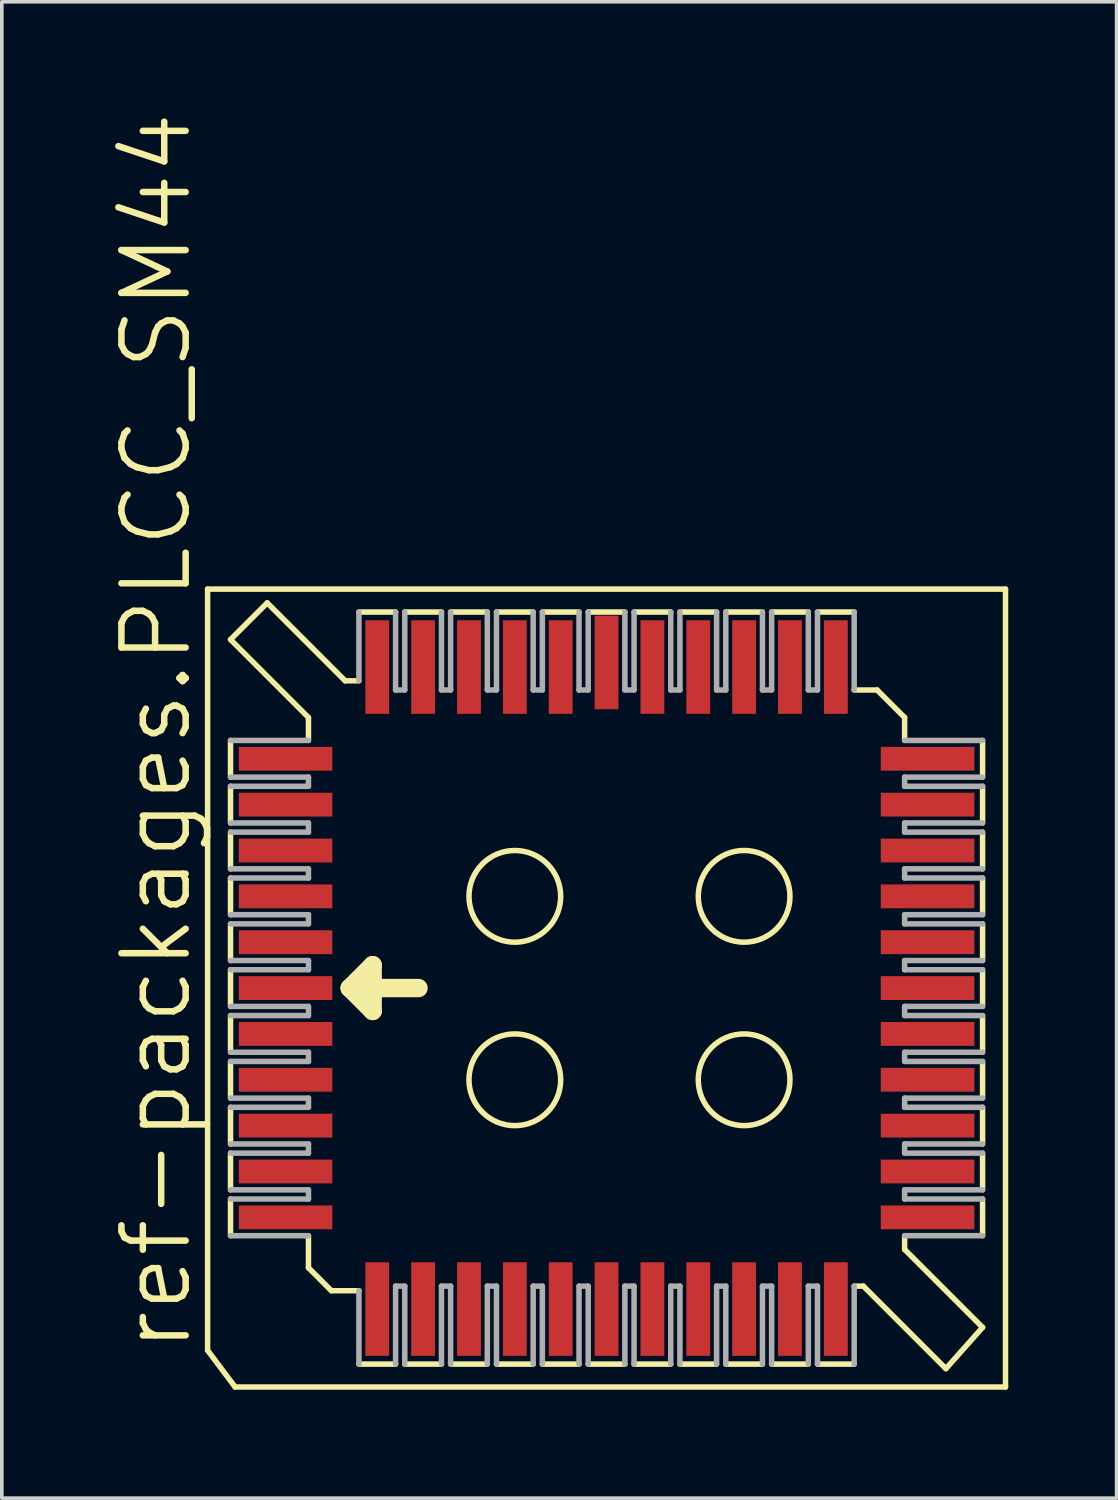
<source format=kicad_pcb>
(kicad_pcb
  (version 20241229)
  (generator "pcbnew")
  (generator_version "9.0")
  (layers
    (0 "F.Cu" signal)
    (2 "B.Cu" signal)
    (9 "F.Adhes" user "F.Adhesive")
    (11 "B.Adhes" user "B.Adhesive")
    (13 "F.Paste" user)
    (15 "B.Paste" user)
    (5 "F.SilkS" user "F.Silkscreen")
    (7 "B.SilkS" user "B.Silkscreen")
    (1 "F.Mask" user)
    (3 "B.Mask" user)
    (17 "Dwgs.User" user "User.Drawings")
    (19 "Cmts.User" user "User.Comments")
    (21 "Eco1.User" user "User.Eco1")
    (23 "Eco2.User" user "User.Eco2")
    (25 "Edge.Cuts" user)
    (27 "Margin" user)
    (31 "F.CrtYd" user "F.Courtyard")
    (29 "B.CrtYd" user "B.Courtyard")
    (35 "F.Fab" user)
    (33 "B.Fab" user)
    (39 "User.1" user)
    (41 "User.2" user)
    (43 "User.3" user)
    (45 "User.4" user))
  (footprint "ref-packages.PLCC_SM44"
    (layer "F.Cu")
    (at 13.748 24.314)
    (property "Reference" "ref-packages.PLCC_SM44" (at -11.43 10.16 90) (layer "F.SilkS") (effects (font (size 1.778 1.778) (thickness 0.18)) (justify left bottom)))
    (attr smd)
    (fp_line (start -11.049 -11.049) (end -11.049 10.033) (stroke (width 0.152) (type default)) (layer "F.SilkS"))
    (fp_line (start -11.049 10.033) (end -10.287 11.049) (stroke (width 0.152) (type default)) (layer "F.SilkS"))
    (fp_line (start -10.414 -9.652) (end -8.255 -7.493) (stroke (width 0.152) (type default)) (layer "F.SilkS"))
    (fp_line (start -10.414 -5.842) (end -10.414 -6.858) (stroke (width 0.152) (type default)) (layer "F.SilkS"))
    (fp_line (start -10.414 -4.572) (end -10.414 -5.588) (stroke (width 0.152) (type default)) (layer "F.SilkS"))
    (fp_line (start -10.414 -4.318) (end -10.414 -3.302) (stroke (width 0.152) (type default)) (layer "F.SilkS"))
    (fp_line (start -10.414 -3.048) (end -10.414 -2.032) (stroke (width 0.152) (type default)) (layer "F.SilkS"))
    (fp_line (start -10.414 -1.778) (end -10.414 -0.762) (stroke (width 0.152) (type default)) (layer "F.SilkS"))
    (fp_line (start -10.414 -0.508) (end -10.414 0.508) (stroke (width 0.152) (type default)) (layer "F.SilkS"))
    (fp_line (start -10.414 0.762) (end -10.414 1.778) (stroke (width 0.152) (type default)) (layer "F.SilkS"))
    (fp_line (start -10.414 2.032) (end -10.414 3.048) (stroke (width 0.152) (type default)) (layer "F.SilkS"))
    (fp_line (start -10.414 3.302) (end -10.414 4.318) (stroke (width 0.152) (type default)) (layer "F.SilkS"))
    (fp_line (start -10.414 4.572) (end -10.414 5.588) (stroke (width 0.152) (type default)) (layer "F.SilkS"))
    (fp_line (start -10.414 5.842) (end -10.414 6.858) (stroke (width 0.152) (type default)) (layer "F.SilkS"))
    (fp_line (start -10.287 11.049) (end 11.049 11.049) (stroke (width 0.152) (type default)) (layer "F.SilkS"))
    (fp_line (start -9.398 -10.668) (end -10.414 -9.652) (stroke (width 0.152) (type default)) (layer "F.SilkS"))
    (fp_line (start -9.398 -10.668) (end -7.239 -8.509) (stroke (width 0.152) (type default)) (layer "F.SilkS"))
    (fp_line (start -8.255 -6.858) (end -8.255 -7.493) (stroke (width 0.152) (type default)) (layer "F.SilkS"))
    (fp_line (start -8.255 6.858) (end -8.255 7.747) (stroke (width 0.152) (type default)) (layer "F.SilkS"))
    (fp_line (start -8.255 7.747) (end -7.62 8.382) (stroke (width 0.152) (type default)) (layer "F.SilkS"))
    (fp_line (start -7.239 -8.509) (end -6.858 -8.509) (stroke (width 0.152) (type default)) (layer "F.SilkS"))
    (fp_line (start -7.112 0) (end -6.477 -0.635) (stroke (width 0.508) (type default)) (layer "F.SilkS"))
    (fp_line (start -7.112 0) (end -5.207 0) (stroke (width 0.508) (type default)) (layer "F.SilkS"))
    (fp_line (start -6.858 -10.414) (end -5.842 -10.414) (stroke (width 0.152) (type default)) (layer "F.SilkS"))
    (fp_line (start -6.858 8.382) (end -7.62 8.382) (stroke (width 0.152) (type default)) (layer "F.SilkS"))
    (fp_line (start -6.477 -0.635) (end -6.477 0.635) (stroke (width 0.508) (type default)) (layer "F.SilkS"))
    (fp_line (start -6.477 0.635) (end -7.112 0) (stroke (width 0.508) (type default)) (layer "F.SilkS"))
    (fp_line (start -5.842 10.414) (end -6.858 10.414) (stroke (width 0.152) (type default)) (layer "F.SilkS"))
    (fp_line (start -5.588 -10.414) (end -4.572 -10.414) (stroke (width 0.152) (type default)) (layer "F.SilkS"))
    (fp_line (start -4.572 10.414) (end -5.588 10.414) (stroke (width 0.152) (type default)) (layer "F.SilkS"))
    (fp_line (start -4.318 -10.414) (end -3.302 -10.414) (stroke (width 0.152) (type default)) (layer "F.SilkS"))
    (fp_line (start -3.302 10.414) (end -4.318 10.414) (stroke (width 0.152) (type default)) (layer "F.SilkS"))
    (fp_line (start -3.048 -10.414) (end -2.032 -10.414) (stroke (width 0.152) (type default)) (layer "F.SilkS"))
    (fp_line (start -2.032 10.414) (end -3.048 10.414) (stroke (width 0.152) (type default)) (layer "F.SilkS"))
    (fp_line (start -1.778 -10.414) (end -0.762 -10.414) (stroke (width 0.152) (type default)) (layer "F.SilkS"))
    (fp_line (start -0.762 10.414) (end -1.778 10.414) (stroke (width 0.152) (type default)) (layer "F.SilkS"))
    (fp_line (start -0.508 -10.414) (end 0.508 -10.414) (stroke (width 0.152) (type default)) (layer "F.SilkS"))
    (fp_line (start 0.508 10.414) (end -0.508 10.414) (stroke (width 0.152) (type default)) (layer "F.SilkS"))
    (fp_line (start 0.762 -10.414) (end 1.778 -10.414) (stroke (width 0.152) (type default)) (layer "F.SilkS"))
    (fp_line (start 1.778 10.414) (end 0.762 10.414) (stroke (width 0.152) (type default)) (layer "F.SilkS"))
    (fp_line (start 2.032 -10.414) (end 3.048 -10.414) (stroke (width 0.152) (type default)) (layer "F.SilkS"))
    (fp_line (start 3.048 10.414) (end 2.032 10.414) (stroke (width 0.152) (type default)) (layer "F.SilkS"))
    (fp_line (start 3.302 -10.414) (end 4.318 -10.414) (stroke (width 0.152) (type default)) (layer "F.SilkS"))
    (fp_line (start 4.318 10.414) (end 3.302 10.414) (stroke (width 0.152) (type default)) (layer "F.SilkS"))
    (fp_line (start 4.572 -10.414) (end 5.588 -10.414) (stroke (width 0.152) (type default)) (layer "F.SilkS"))
    (fp_line (start 4.572 10.414) (end 5.588 10.414) (stroke (width 0.152) (type default)) (layer "F.SilkS"))
    (fp_line (start 5.842 -10.414) (end 6.858 -10.414) (stroke (width 0.152) (type default)) (layer "F.SilkS"))
    (fp_line (start 5.842 10.414) (end 6.858 10.414) (stroke (width 0.152) (type default)) (layer "F.SilkS"))
    (fp_line (start 6.858 -8.255) (end 7.493 -8.255) (stroke (width 0.152) (type default)) (layer "F.SilkS"))
    (fp_line (start 6.858 8.255) (end 7.112 8.255) (stroke (width 0.152) (type default)) (layer "F.SilkS"))
    (fp_line (start 7.493 -8.255) (end 8.255 -7.493) (stroke (width 0.152) (type default)) (layer "F.SilkS"))
    (fp_line (start 8.255 -6.858) (end 8.255 -7.493) (stroke (width 0.152) (type default)) (layer "F.SilkS"))
    (fp_line (start 8.255 6.858) (end 8.255 7.239) (stroke (width 0.152) (type default)) (layer "F.SilkS"))
    (fp_line (start 9.398 10.541) (end 7.112 8.255) (stroke (width 0.152) (type default)) (layer "F.SilkS"))
    (fp_line (start 10.414 -6.858) (end 10.414 -5.842) (stroke (width 0.152) (type default)) (layer "F.SilkS"))
    (fp_line (start 10.414 -5.588) (end 10.414 -4.572) (stroke (width 0.152) (type default)) (layer "F.SilkS"))
    (fp_line (start 10.414 -3.302) (end 10.414 -4.318) (stroke (width 0.152) (type default)) (layer "F.SilkS"))
    (fp_line (start 10.414 -2.032) (end 10.414 -3.048) (stroke (width 0.152) (type default)) (layer "F.SilkS"))
    (fp_line (start 10.414 -0.762) (end 10.414 -1.778) (stroke (width 0.152) (type default)) (layer "F.SilkS"))
    (fp_line (start 10.414 0.508) (end 10.414 -0.508) (stroke (width 0.152) (type default)) (layer "F.SilkS"))
    (fp_line (start 10.414 1.778) (end 10.414 0.762) (stroke (width 0.152) (type default)) (layer "F.SilkS"))
    (fp_line (start 10.414 3.048) (end 10.414 2.032) (stroke (width 0.152) (type default)) (layer "F.SilkS"))
    (fp_line (start 10.414 4.318) (end 10.414 3.302) (stroke (width 0.152) (type default)) (layer "F.SilkS"))
    (fp_line (start 10.414 4.572) (end 10.414 5.588) (stroke (width 0.152) (type default)) (layer "F.SilkS"))
    (fp_line (start 10.414 5.842) (end 10.414 6.858) (stroke (width 0.152) (type default)) (layer "F.SilkS"))
    (fp_line (start 10.414 9.398) (end 8.255 7.239) (stroke (width 0.152) (type default)) (layer "F.SilkS"))
    (fp_line (start 10.414 9.398) (end 9.398 10.541) (stroke (width 0.152) (type default)) (layer "F.SilkS"))
    (fp_line (start 11.049 -11.049) (end -11.049 -11.049) (stroke (width 0.152) (type default)) (layer "F.SilkS"))
    (fp_line (start 11.049 -11.049) (end 11.049 11.049) (stroke (width 0.152) (type default)) (layer "F.SilkS"))
    (fp_circle (center -2.54 -2.54) (end -1.27 -2.54) (stroke (width 0.152) (type default)) (fill no) (layer "F.SilkS"))
    (fp_circle (center -2.54 2.54) (end -1.27 2.54) (stroke (width 0.152) (type default)) (fill no) (layer "F.SilkS"))
    (fp_circle (center 3.81 -2.54) (end 5.08 -2.54) (stroke (width 0.152) (type default)) (fill no) (layer "F.SilkS"))
    (fp_circle (center 3.81 2.54) (end 5.08 2.54) (stroke (width 0.152) (type default)) (fill no) (layer "F.SilkS"))
    (fp_line (start -10.414 -6.858) (end -8.255 -6.858) (stroke (width 0.152) (type default)) (layer "F.Fab"))
    (fp_line (start -10.414 -5.842) (end -8.255 -5.842) (stroke (width 0.152) (type default)) (layer "F.Fab"))
    (fp_line (start -10.414 -5.588) (end -8.255 -5.588) (stroke (width 0.152) (type default)) (layer "F.Fab"))
    (fp_line (start -10.414 -4.572) (end -8.255 -4.572) (stroke (width 0.152) (type default)) (layer "F.Fab"))
    (fp_line (start -10.414 -4.318) (end -8.255 -4.318) (stroke (width 0.152) (type default)) (layer "F.Fab"))
    (fp_line (start -10.414 -3.048) (end -8.255 -3.048) (stroke (width 0.152) (type default)) (layer "F.Fab"))
    (fp_line (start -10.414 -1.778) (end -8.255 -1.778) (stroke (width 0.152) (type default)) (layer "F.Fab"))
    (fp_line (start -10.414 -0.508) (end -8.255 -0.508) (stroke (width 0.152) (type default)) (layer "F.Fab"))
    (fp_line (start -10.414 0.762) (end -8.255 0.762) (stroke (width 0.152) (type default)) (layer "F.Fab"))
    (fp_line (start -10.414 2.032) (end -8.255 2.032) (stroke (width 0.152) (type default)) (layer "F.Fab"))
    (fp_line (start -10.414 3.302) (end -8.255 3.302) (stroke (width 0.152) (type default)) (layer "F.Fab"))
    (fp_line (start -10.414 4.572) (end -8.255 4.572) (stroke (width 0.152) (type default)) (layer "F.Fab"))
    (fp_line (start -10.414 6.858) (end -8.255 6.858) (stroke (width 0.152) (type default)) (layer "F.Fab"))
    (fp_line (start -8.255 -5.588) (end -8.255 -5.842) (stroke (width 0.152) (type default)) (layer "F.Fab"))
    (fp_line (start -8.255 -4.318) (end -8.255 -4.572) (stroke (width 0.152) (type default)) (layer "F.Fab"))
    (fp_line (start -8.255 -3.302) (end -10.414 -3.302) (stroke (width 0.152) (type default)) (layer "F.Fab"))
    (fp_line (start -8.255 -3.302) (end -8.255 -3.048) (stroke (width 0.152) (type default)) (layer "F.Fab"))
    (fp_line (start -8.255 -2.032) (end -10.414 -2.032) (stroke (width 0.152) (type default)) (layer "F.Fab"))
    (fp_line (start -8.255 -2.032) (end -8.255 -1.778) (stroke (width 0.152) (type default)) (layer "F.Fab"))
    (fp_line (start -8.255 -0.762) (end -10.414 -0.762) (stroke (width 0.152) (type default)) (layer "F.Fab"))
    (fp_line (start -8.255 -0.762) (end -8.255 -0.508) (stroke (width 0.152) (type default)) (layer "F.Fab"))
    (fp_line (start -8.255 0.508) (end -10.414 0.508) (stroke (width 0.152) (type default)) (layer "F.Fab"))
    (fp_line (start -8.255 0.508) (end -8.255 0.762) (stroke (width 0.152) (type default)) (layer "F.Fab"))
    (fp_line (start -8.255 1.778) (end -10.414 1.778) (stroke (width 0.152) (type default)) (layer "F.Fab"))
    (fp_line (start -8.255 1.778) (end -8.255 2.032) (stroke (width 0.152) (type default)) (layer "F.Fab"))
    (fp_line (start -8.255 3.048) (end -10.414 3.048) (stroke (width 0.152) (type default)) (layer "F.Fab"))
    (fp_line (start -8.255 3.048) (end -8.255 3.302) (stroke (width 0.152) (type default)) (layer "F.Fab"))
    (fp_line (start -8.255 4.318) (end -10.414 4.318) (stroke (width 0.152) (type default)) (layer "F.Fab"))
    (fp_line (start -8.255 4.318) (end -8.255 4.572) (stroke (width 0.152) (type default)) (layer "F.Fab"))
    (fp_line (start -8.255 5.588) (end -10.414 5.588) (stroke (width 0.152) (type default)) (layer "F.Fab"))
    (fp_line (start -8.255 5.588) (end -8.255 5.842) (stroke (width 0.152) (type default)) (layer "F.Fab"))
    (fp_line (start -8.255 5.842) (end -10.414 5.842) (stroke (width 0.152) (type default)) (layer "F.Fab"))
    (fp_line (start -6.858 -8.509) (end -6.858 -10.414) (stroke (width 0.152) (type default)) (layer "F.Fab"))
    (fp_line (start -6.858 8.382) (end -6.858 10.414) (stroke (width 0.152) (type default)) (layer "F.Fab"))
    (fp_line (start -5.842 -8.255) (end -5.842 -10.414) (stroke (width 0.152) (type default)) (layer "F.Fab"))
    (fp_line (start -5.842 -8.255) (end -5.588 -8.255) (stroke (width 0.152) (type default)) (layer "F.Fab"))
    (fp_line (start -5.842 10.414) (end -5.842 8.255) (stroke (width 0.152) (type default)) (layer "F.Fab"))
    (fp_line (start -5.588 -10.414) (end -5.588 -8.255) (stroke (width 0.152) (type default)) (layer "F.Fab"))
    (fp_line (start -5.588 8.255) (end -5.842 8.255) (stroke (width 0.152) (type default)) (layer "F.Fab"))
    (fp_line (start -5.588 8.255) (end -5.588 10.414) (stroke (width 0.152) (type default)) (layer "F.Fab"))
    (fp_line (start -4.572 -8.255) (end -4.572 -10.414) (stroke (width 0.152) (type default)) (layer "F.Fab"))
    (fp_line (start -4.572 -8.255) (end -4.318 -8.255) (stroke (width 0.152) (type default)) (layer "F.Fab"))
    (fp_line (start -4.572 10.414) (end -4.572 8.255) (stroke (width 0.152) (type default)) (layer "F.Fab"))
    (fp_line (start -4.318 -10.414) (end -4.318 -8.255) (stroke (width 0.152) (type default)) (layer "F.Fab"))
    (fp_line (start -4.318 8.255) (end -4.572 8.255) (stroke (width 0.152) (type default)) (layer "F.Fab"))
    (fp_line (start -4.318 8.255) (end -4.318 10.414) (stroke (width 0.152) (type default)) (layer "F.Fab"))
    (fp_line (start -3.302 -8.255) (end -3.302 -10.414) (stroke (width 0.152) (type default)) (layer "F.Fab"))
    (fp_line (start -3.302 -8.255) (end -3.048 -8.255) (stroke (width 0.152) (type default)) (layer "F.Fab"))
    (fp_line (start -3.302 10.414) (end -3.302 8.255) (stroke (width 0.152) (type default)) (layer "F.Fab"))
    (fp_line (start -3.048 -10.414) (end -3.048 -8.255) (stroke (width 0.152) (type default)) (layer "F.Fab"))
    (fp_line (start -3.048 8.255) (end -3.302 8.255) (stroke (width 0.152) (type default)) (layer "F.Fab"))
    (fp_line (start -3.048 8.255) (end -3.048 10.414) (stroke (width 0.152) (type default)) (layer "F.Fab"))
    (fp_line (start -2.032 -8.255) (end -2.032 -10.414) (stroke (width 0.152) (type default)) (layer "F.Fab"))
    (fp_line (start -2.032 -8.255) (end -1.778 -8.255) (stroke (width 0.152) (type default)) (layer "F.Fab"))
    (fp_line (start -2.032 10.414) (end -2.032 8.255) (stroke (width 0.152) (type default)) (layer "F.Fab"))
    (fp_line (start -1.778 -10.414) (end -1.778 -8.255) (stroke (width 0.152) (type default)) (layer "F.Fab"))
    (fp_line (start -1.778 8.255) (end -2.032 8.255) (stroke (width 0.152) (type default)) (layer "F.Fab"))
    (fp_line (start -1.778 8.255) (end -1.778 10.414) (stroke (width 0.152) (type default)) (layer "F.Fab"))
    (fp_line (start -0.762 -8.255) (end -0.762 -10.414) (stroke (width 0.152) (type default)) (layer "F.Fab"))
    (fp_line (start -0.762 -8.255) (end -0.508 -8.255) (stroke (width 0.152) (type default)) (layer "F.Fab"))
    (fp_line (start -0.762 10.414) (end -0.762 8.255) (stroke (width 0.152) (type default)) (layer "F.Fab"))
    (fp_line (start -0.508 -10.414) (end -0.508 -8.255) (stroke (width 0.152) (type default)) (layer "F.Fab"))
    (fp_line (start -0.508 8.255) (end -0.762 8.255) (stroke (width 0.152) (type default)) (layer "F.Fab"))
    (fp_line (start -0.508 8.255) (end -0.508 10.414) (stroke (width 0.152) (type default)) (layer "F.Fab"))
    (fp_line (start 0.508 -8.255) (end 0.508 -10.414) (stroke (width 0.152) (type default)) (layer "F.Fab"))
    (fp_line (start 0.508 -8.255) (end 0.762 -8.255) (stroke (width 0.152) (type default)) (layer "F.Fab"))
    (fp_line (start 0.508 10.414) (end 0.508 8.255) (stroke (width 0.152) (type default)) (layer "F.Fab"))
    (fp_line (start 0.762 -10.414) (end 0.762 -8.255) (stroke (width 0.152) (type default)) (layer "F.Fab"))
    (fp_line (start 0.762 8.255) (end 0.508 8.255) (stroke (width 0.152) (type default)) (layer "F.Fab"))
    (fp_line (start 0.762 8.255) (end 0.762 10.414) (stroke (width 0.152) (type default)) (layer "F.Fab"))
    (fp_line (start 1.778 -8.255) (end 1.778 -10.414) (stroke (width 0.152) (type default)) (layer "F.Fab"))
    (fp_line (start 1.778 -8.255) (end 2.032 -8.255) (stroke (width 0.152) (type default)) (layer "F.Fab"))
    (fp_line (start 1.778 10.414) (end 1.778 8.255) (stroke (width 0.152) (type default)) (layer "F.Fab"))
    (fp_line (start 2.032 -10.414) (end 2.032 -8.255) (stroke (width 0.152) (type default)) (layer "F.Fab"))
    (fp_line (start 2.032 8.255) (end 1.778 8.255) (stroke (width 0.152) (type default)) (layer "F.Fab"))
    (fp_line (start 2.032 10.414) (end 2.032 8.255) (stroke (width 0.152) (type default)) (layer "F.Fab"))
    (fp_line (start 3.048 -8.255) (end 3.048 -10.414) (stroke (width 0.152) (type default)) (layer "F.Fab"))
    (fp_line (start 3.048 -8.255) (end 3.302 -8.255) (stroke (width 0.152) (type default)) (layer "F.Fab"))
    (fp_line (start 3.048 10.414) (end 3.048 8.255) (stroke (width 0.152) (type default)) (layer "F.Fab"))
    (fp_line (start 3.302 -10.414) (end 3.302 -8.255) (stroke (width 0.152) (type default)) (layer "F.Fab"))
    (fp_line (start 3.302 8.255) (end 3.048 8.255) (stroke (width 0.152) (type default)) (layer "F.Fab"))
    (fp_line (start 3.302 8.255) (end 3.302 10.414) (stroke (width 0.152) (type default)) (layer "F.Fab"))
    (fp_line (start 4.318 -8.255) (end 4.318 -10.414) (stroke (width 0.152) (type default)) (layer "F.Fab"))
    (fp_line (start 4.318 -8.255) (end 4.572 -8.255) (stroke (width 0.152) (type default)) (layer "F.Fab"))
    (fp_line (start 4.318 8.255) (end 4.572 8.255) (stroke (width 0.152) (type default)) (layer "F.Fab"))
    (fp_line (start 4.318 10.414) (end 4.318 8.255) (stroke (width 0.152) (type default)) (layer "F.Fab"))
    (fp_line (start 4.572 -10.414) (end 4.572 -8.255) (stroke (width 0.152) (type default)) (layer "F.Fab"))
    (fp_line (start 4.572 10.414) (end 4.572 8.255) (stroke (width 0.152) (type default)) (layer "F.Fab"))
    (fp_line (start 5.588 -8.255) (end 5.588 -10.414) (stroke (width 0.152) (type default)) (layer "F.Fab"))
    (fp_line (start 5.588 -8.255) (end 5.842 -8.255) (stroke (width 0.152) (type default)) (layer "F.Fab"))
    (fp_line (start 5.588 8.255) (end 5.842 8.255) (stroke (width 0.152) (type default)) (layer "F.Fab"))
    (fp_line (start 5.588 10.414) (end 5.588 8.255) (stroke (width 0.152) (type default)) (layer "F.Fab"))
    (fp_line (start 5.842 -8.255) (end 5.842 -10.414) (stroke (width 0.152) (type default)) (layer "F.Fab"))
    (fp_line (start 5.842 10.414) (end 5.842 8.255) (stroke (width 0.152) (type default)) (layer "F.Fab"))
    (fp_line (start 6.858 -8.255) (end 6.858 -10.414) (stroke (width 0.152) (type default)) (layer "F.Fab"))
    (fp_line (start 6.858 10.414) (end 6.858 8.255) (stroke (width 0.152) (type default)) (layer "F.Fab"))
    (fp_line (start 8.255 -5.842) (end 8.255 -5.588) (stroke (width 0.152) (type default)) (layer "F.Fab"))
    (fp_line (start 8.255 -5.842) (end 10.414 -5.842) (stroke (width 0.152) (type default)) (layer "F.Fab"))
    (fp_line (start 8.255 -4.572) (end 10.414 -4.572) (stroke (width 0.152) (type default)) (layer "F.Fab"))
    (fp_line (start 8.255 -4.318) (end 8.255 -4.572) (stroke (width 0.152) (type default)) (layer "F.Fab"))
    (fp_line (start 8.255 -4.318) (end 10.414 -4.318) (stroke (width 0.152) (type default)) (layer "F.Fab"))
    (fp_line (start 8.255 -3.048) (end 8.255 -3.302) (stroke (width 0.152) (type default)) (layer "F.Fab"))
    (fp_line (start 8.255 -3.048) (end 10.414 -3.048) (stroke (width 0.152) (type default)) (layer "F.Fab"))
    (fp_line (start 8.255 -1.778) (end 8.255 -2.032) (stroke (width 0.152) (type default)) (layer "F.Fab"))
    (fp_line (start 8.255 -1.778) (end 10.414 -1.778) (stroke (width 0.152) (type default)) (layer "F.Fab"))
    (fp_line (start 8.255 -0.508) (end 8.255 -0.762) (stroke (width 0.152) (type default)) (layer "F.Fab"))
    (fp_line (start 8.255 -0.508) (end 10.414 -0.508) (stroke (width 0.152) (type default)) (layer "F.Fab"))
    (fp_line (start 8.255 0.762) (end 8.255 0.508) (stroke (width 0.152) (type default)) (layer "F.Fab"))
    (fp_line (start 8.255 0.762) (end 10.414 0.762) (stroke (width 0.152) (type default)) (layer "F.Fab"))
    (fp_line (start 8.255 2.032) (end 8.255 1.778) (stroke (width 0.152) (type default)) (layer "F.Fab"))
    (fp_line (start 8.255 2.032) (end 10.414 2.032) (stroke (width 0.152) (type default)) (layer "F.Fab"))
    (fp_line (start 8.255 3.302) (end 8.255 3.048) (stroke (width 0.152) (type default)) (layer "F.Fab"))
    (fp_line (start 8.255 3.302) (end 10.414 3.302) (stroke (width 0.152) (type default)) (layer "F.Fab"))
    (fp_line (start 8.255 4.318) (end 8.255 4.572) (stroke (width 0.152) (type default)) (layer "F.Fab"))
    (fp_line (start 8.255 5.588) (end 8.255 5.842) (stroke (width 0.152) (type default)) (layer "F.Fab"))
    (fp_line (start 8.255 5.588) (end 10.414 5.588) (stroke (width 0.152) (type default)) (layer "F.Fab"))
    (fp_line (start 8.255 5.842) (end 10.414 5.842) (stroke (width 0.152) (type default)) (layer "F.Fab"))
    (fp_line (start 10.414 -6.858) (end 8.255 -6.858) (stroke (width 0.152) (type default)) (layer "F.Fab"))
    (fp_line (start 10.414 -5.588) (end 8.255 -5.588) (stroke (width 0.152) (type default)) (layer "F.Fab"))
    (fp_line (start 10.414 -3.302) (end 8.255 -3.302) (stroke (width 0.152) (type default)) (layer "F.Fab"))
    (fp_line (start 10.414 -2.032) (end 8.255 -2.032) (stroke (width 0.152) (type default)) (layer "F.Fab"))
    (fp_line (start 10.414 -0.762) (end 8.255 -0.762) (stroke (width 0.152) (type default)) (layer "F.Fab"))
    (fp_line (start 10.414 0.508) (end 8.255 0.508) (stroke (width 0.152) (type default)) (layer "F.Fab"))
    (fp_line (start 10.414 1.778) (end 8.255 1.778) (stroke (width 0.152) (type default)) (layer "F.Fab"))
    (fp_line (start 10.414 3.048) (end 8.255 3.048) (stroke (width 0.152) (type default)) (layer "F.Fab"))
    (fp_line (start 10.414 4.318) (end 8.255 4.318) (stroke (width 0.152) (type default)) (layer "F.Fab"))
    (fp_line (start 10.414 4.572) (end 8.255 4.572) (stroke (width 0.152) (type default)) (layer "F.Fab"))
    (fp_line (start 10.414 6.858) (end 8.255 6.858) (stroke (width 0.152) (type default)) (layer "F.Fab"))
    (pad "1" smd roundrect (at -8.89 0) (size 2.591 0.66) (layers "F.Cu" "F.Mask" "F.Paste") (roundrect_rratio 0.01))
    (pad "2" smd roundrect (at -8.89 1.27) (size 2.591 0.66) (layers "F.Cu" "F.Mask" "F.Paste") (roundrect_rratio 0.01))
    (pad "3" smd roundrect (at -8.89 2.54) (size 2.591 0.66) (layers "F.Cu" "F.Mask" "F.Paste") (roundrect_rratio 0.01))
    (pad "4" smd roundrect (at -8.89 3.81) (size 2.591 0.66) (layers "F.Cu" "F.Mask" "F.Paste") (roundrect_rratio 0.01))
    (pad "5" smd roundrect (at -8.89 5.08) (size 2.591 0.66) (layers "F.Cu" "F.Mask" "F.Paste") (roundrect_rratio 0.01))
    (pad "6" smd roundrect (at -8.89 6.35) (size 2.591 0.66) (layers "F.Cu" "F.Mask" "F.Paste") (roundrect_rratio 0.01))
    (pad "7" smd roundrect (at -6.35 8.89) (size 0.66 2.591) (layers "F.Cu" "F.Mask" "F.Paste") (roundrect_rratio 0.01))
    (pad "8" smd roundrect (at -5.08 8.89) (size 0.66 2.591) (layers "F.Cu" "F.Mask" "F.Paste") (roundrect_rratio 0.01))
    (pad "9" smd roundrect (at -3.81 8.89) (size 0.66 2.591) (layers "F.Cu" "F.Mask" "F.Paste") (roundrect_rratio 0.01))
    (pad "10" smd roundrect (at -2.54 8.89) (size 0.66 2.591) (layers "F.Cu" "F.Mask" "F.Paste") (roundrect_rratio 0.01))
    (pad "11" smd roundrect (at -1.27 8.89) (size 0.66 2.591) (layers "F.Cu" "F.Mask" "F.Paste") (roundrect_rratio 0.01))
    (pad "12" smd roundrect (at 0 8.89) (size 0.66 2.591) (layers "F.Cu" "F.Mask" "F.Paste") (roundrect_rratio 0.01))
    (pad "13" smd roundrect (at 1.27 8.89) (size 0.66 2.591) (layers "F.Cu" "F.Mask" "F.Paste") (roundrect_rratio 0.01))
    (pad "14" smd roundrect (at 2.54 8.89) (size 0.66 2.591) (layers "F.Cu" "F.Mask" "F.Paste") (roundrect_rratio 0.01))
    (pad "15" smd roundrect (at 3.81 8.89) (size 0.66 2.591) (layers "F.Cu" "F.Mask" "F.Paste") (roundrect_rratio 0.01))
    (pad "16" smd roundrect (at 5.08 8.89) (size 0.66 2.591) (layers "F.Cu" "F.Mask" "F.Paste") (roundrect_rratio 0.01))
    (pad "17" smd roundrect (at 6.35 8.89) (size 0.66 2.591) (layers "F.Cu" "F.Mask" "F.Paste") (roundrect_rratio 0.01))
    (pad "18" smd roundrect (at 8.89 6.35) (size 2.591 0.66) (layers "F.Cu" "F.Mask" "F.Paste") (roundrect_rratio 0.01))
    (pad "19" smd roundrect (at 8.89 5.08) (size 2.591 0.66) (layers "F.Cu" "F.Mask" "F.Paste") (roundrect_rratio 0.01))
    (pad "20" smd roundrect (at 8.89 3.81) (size 2.591 0.66) (layers "F.Cu" "F.Mask" "F.Paste") (roundrect_rratio 0.01))
    (pad "21" smd roundrect (at 8.89 2.54) (size 2.591 0.66) (layers "F.Cu" "F.Mask" "F.Paste") (roundrect_rratio 0.01))
    (pad "22" smd roundrect (at 8.89 1.27) (size 2.591 0.66) (layers "F.Cu" "F.Mask" "F.Paste") (roundrect_rratio 0.01))
    (pad "23" smd roundrect (at 8.89 0) (size 2.591 0.66) (layers "F.Cu" "F.Mask" "F.Paste") (roundrect_rratio 0.01))
    (pad "24" smd roundrect (at 8.89 -1.27) (size 2.591 0.66) (layers "F.Cu" "F.Mask" "F.Paste") (roundrect_rratio 0.01))
    (pad "25" smd roundrect (at 8.89 -2.54) (size 2.591 0.66) (layers "F.Cu" "F.Mask" "F.Paste") (roundrect_rratio 0.01))
    (pad "26" smd roundrect (at 8.89 -3.81) (size 2.591 0.66) (layers "F.Cu" "F.Mask" "F.Paste") (roundrect_rratio 0.01))
    (pad "27" smd roundrect (at 8.89 -5.08) (size 2.591 0.66) (layers "F.Cu" "F.Mask" "F.Paste") (roundrect_rratio 0.01))
    (pad "28" smd roundrect (at 8.89 -6.35) (size 2.591 0.66) (layers "F.Cu" "F.Mask" "F.Paste") (roundrect_rratio 0.01))
    (pad "29" smd roundrect (at 6.35 -8.89) (size 0.66 2.591) (layers "F.Cu" "F.Mask" "F.Paste") (roundrect_rratio 0.01))
    (pad "30" smd roundrect (at 5.08 -8.89) (size 0.66 2.591) (layers "F.Cu" "F.Mask" "F.Paste") (roundrect_rratio 0.01))
    (pad "31" smd roundrect (at 3.81 -8.89) (size 0.66 2.591) (layers "F.Cu" "F.Mask" "F.Paste") (roundrect_rratio 0.01))
    (pad "32" smd roundrect (at 2.54 -8.89) (size 0.66 2.591) (layers "F.Cu" "F.Mask" "F.Paste") (roundrect_rratio 0.01))
    (pad "33" smd roundrect (at 1.27 -8.89) (size 0.66 2.591) (layers "F.Cu" "F.Mask" "F.Paste") (roundrect_rratio 0.01))
    (pad "34" smd roundrect (at 0 -9.017) (size 0.66 2.591) (layers "F.Cu" "F.Mask" "F.Paste") (roundrect_rratio 0.01))
    (pad "35" smd roundrect (at -1.27 -8.89) (size 0.66 2.591) (layers "F.Cu" "F.Mask" "F.Paste") (roundrect_rratio 0.01))
    (pad "36" smd roundrect (at -2.54 -8.89) (size 0.66 2.591) (layers "F.Cu" "F.Mask" "F.Paste") (roundrect_rratio 0.01))
    (pad "37" smd roundrect (at -3.81 -8.89) (size 0.66 2.591) (layers "F.Cu" "F.Mask" "F.Paste") (roundrect_rratio 0.01))
    (pad "38" smd roundrect (at -5.08 -8.89) (size 0.66 2.591) (layers "F.Cu" "F.Mask" "F.Paste") (roundrect_rratio 0.01))
    (pad "39" smd roundrect (at -6.35 -8.89) (size 0.66 2.591) (layers "F.Cu" "F.Mask" "F.Paste") (roundrect_rratio 0.01))
    (pad "40" smd roundrect (at -8.89 -6.35) (size 2.591 0.66) (layers "F.Cu" "F.Mask" "F.Paste") (roundrect_rratio 0.01))
    (pad "41" smd roundrect (at -8.89 -5.08) (size 2.591 0.66) (layers "F.Cu" "F.Mask" "F.Paste") (roundrect_rratio 0.01))
    (pad "42" smd roundrect (at -8.89 -3.81) (size 2.591 0.66) (layers "F.Cu" "F.Mask" "F.Paste") (roundrect_rratio 0.01))
    (pad "43" smd roundrect (at -8.89 -2.54) (size 2.591 0.66) (layers "F.Cu" "F.Mask" "F.Paste") (roundrect_rratio 0.01))
    (pad "44" smd roundrect (at -8.89 -1.27) (size 2.591 0.66) (layers "F.Cu" "F.Mask" "F.Paste") (roundrect_rratio 0.01)))
  (gr_rect
    (start -3 -3)
    (end 27.873 38.44)
    (stroke (width 0.1) (type default))
    (fill no)
    (layer "Edge.Cuts")))
</source>
